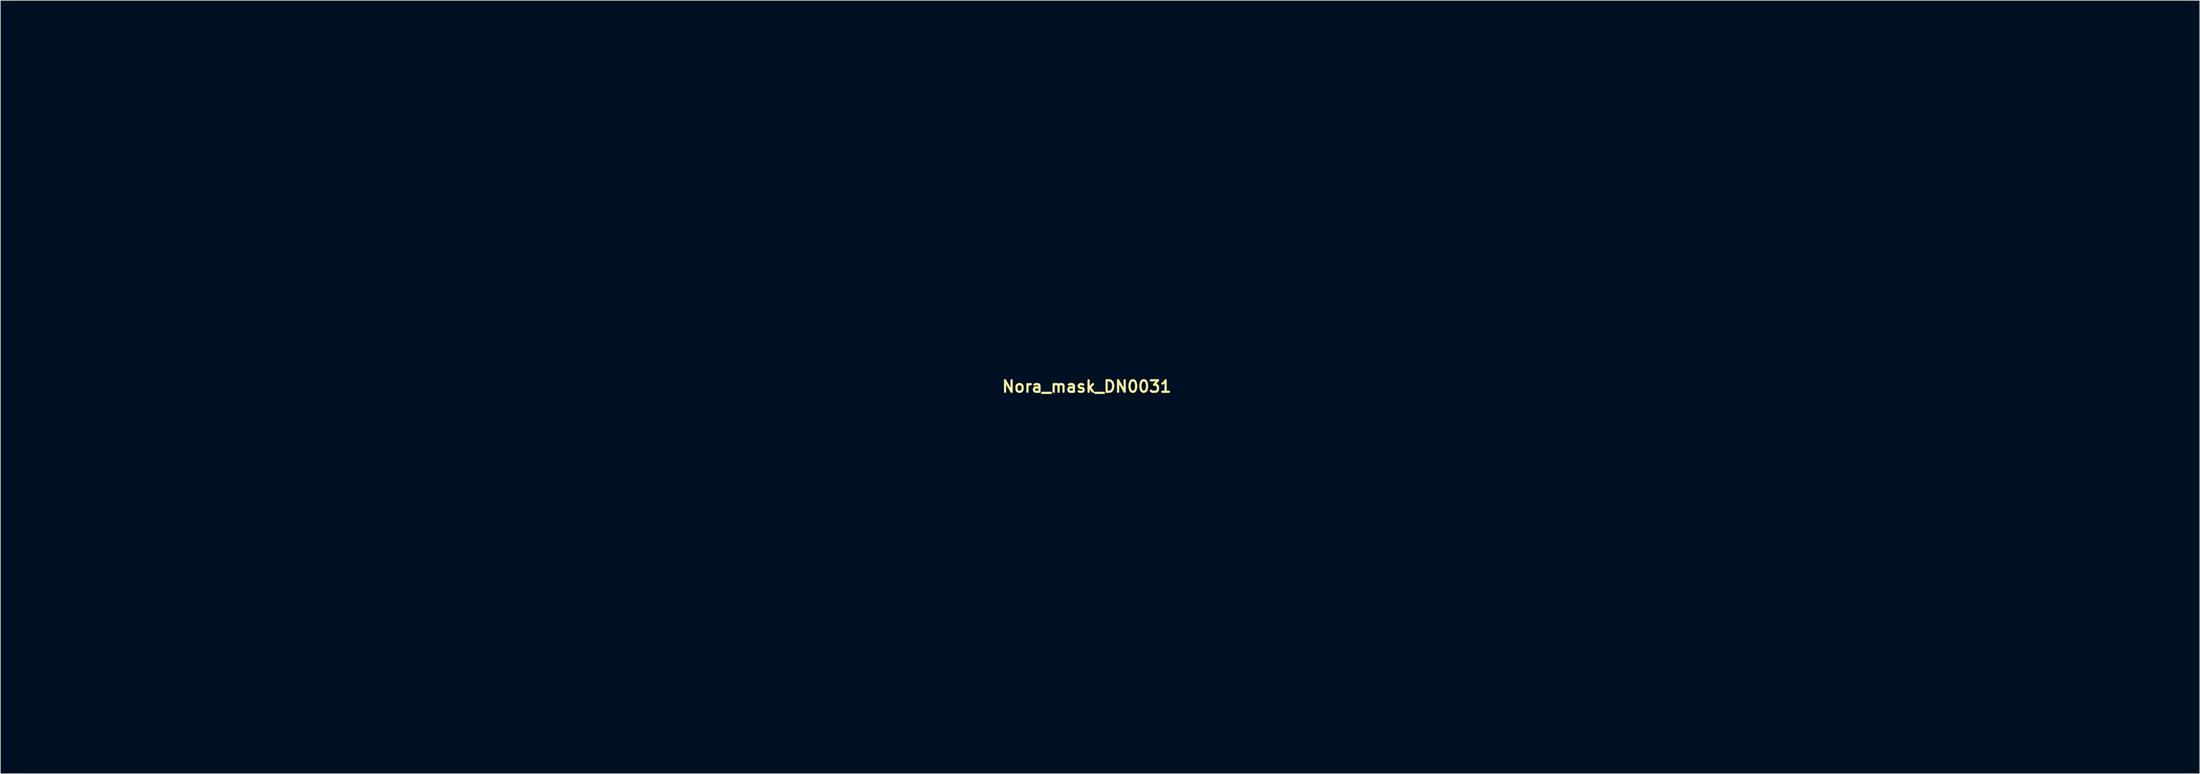
<source format=kicad_pcb>
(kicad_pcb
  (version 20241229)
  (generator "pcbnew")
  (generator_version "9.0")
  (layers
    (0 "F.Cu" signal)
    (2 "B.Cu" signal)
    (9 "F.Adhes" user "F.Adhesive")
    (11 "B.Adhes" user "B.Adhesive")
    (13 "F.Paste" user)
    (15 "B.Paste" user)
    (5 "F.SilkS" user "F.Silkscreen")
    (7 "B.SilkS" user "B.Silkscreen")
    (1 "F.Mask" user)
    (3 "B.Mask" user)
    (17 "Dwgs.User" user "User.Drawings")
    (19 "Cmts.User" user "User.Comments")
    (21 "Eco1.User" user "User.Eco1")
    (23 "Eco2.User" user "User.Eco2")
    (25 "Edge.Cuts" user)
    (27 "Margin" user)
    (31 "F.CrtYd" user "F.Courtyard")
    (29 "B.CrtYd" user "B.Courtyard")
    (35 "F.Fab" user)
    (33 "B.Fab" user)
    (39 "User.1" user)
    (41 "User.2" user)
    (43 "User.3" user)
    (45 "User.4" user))
  (footprint "Nora_mask_DN0031"
    (layer "F.Cu")
    (at 141.372 48.331)
    (property "Reference" "Nora_mask_DN0031" (at 0 0 0) (layer "F.SilkS") (effects (font (size 1.524 1.524) (thickness 0.3))))
    (attr board_only exclude_from_pos_files exclude_from_bom)
    (fp_poly (pts (xy 131.456 29.649) (xy 131.829 29.654) (xy 132.114 29.664) (xy 132.294 29.677) (xy 132.351 29.692) (xy 132.31 29.767) (xy 132.209 29.947) (xy 132.056 30.216) (xy 131.863 30.554) (xy 131.638 30.946) (xy 131.445 31.28) (xy 130.563 32.808) (xy 128.708 32.808) (xy 126.853 32.808) (xy 127.028 32.508) (xy 127.117 32.355) (xy 127.262 32.104) (xy 127.45 31.779) (xy 127.667 31.403) (xy 127.898 31.002) (xy 127.935 30.939) (xy 128.667 29.669) (xy 130.521 29.65) (xy 131.014 29.647)) (stroke (width 0) (type solid)) (fill yes) (layer "F.Mask"))
    (fp_poly (pts (xy 135.054 -45.211) (xy 135.427 -45.206) (xy 135.713 -45.197) (xy 135.893 -45.185) (xy 135.949 -45.17) (xy 135.909 -45.096) (xy 135.807 -44.916) (xy 135.655 -44.648) (xy 135.462 -44.31) (xy 135.237 -43.918) (xy 135.043 -43.582) (xy 134.161 -42.053) (xy 132.306 -42.052) (xy 130.451 -42.051) (xy 130.625 -42.351) (xy 130.714 -42.504) (xy 130.859 -42.755) (xy 131.047 -43.081) (xy 131.264 -43.456) (xy 131.496 -43.858) (xy 131.532 -43.921) (xy 132.265 -45.191) (xy 134.119 -45.21) (xy 134.612 -45.213)) (stroke (width 0) (type solid)) (fill yes) (layer "F.Mask"))
    (fp_poly (pts (xy -111.108 -45.213) (xy -110.678 -45.21) (xy -108.87 -45.191) (xy -109.768 -43.623) (xy -110.013 -43.199) (xy -110.236 -42.818) (xy -110.427 -42.497) (xy -110.576 -42.251) (xy -110.674 -42.098) (xy -110.71 -42.053) (xy -110.756 -42.111) (xy -110.862 -42.275) (xy -111.018 -42.53) (xy -111.214 -42.858) (xy -111.441 -43.244) (xy -111.652 -43.608) (xy -111.894 -44.031) (xy -112.109 -44.413) (xy -112.288 -44.737) (xy -112.422 -44.987) (xy -112.501 -45.146) (xy -112.518 -45.197) (xy -112.442 -45.205) (xy -112.244 -45.21) (xy -111.943 -45.214) (xy -111.558 -45.215)) (stroke (width 0) (type solid)) (fill yes) (layer "F.Mask"))
    (fp_poly (pts (xy -3.087 42.135) (xy -2.659 42.138) (xy -0.853 42.157) (xy -1.72 43.658) (xy -1.963 44.077) (xy -2.186 44.457) (xy -2.378 44.781) (xy -2.528 45.03) (xy -2.627 45.187) (xy -2.659 45.233) (xy -2.713 45.208) (xy -2.82 45.076) (xy -2.983 44.832) (xy -3.205 44.473) (xy -3.487 43.995) (xy -3.632 43.745) (xy -3.874 43.321) (xy -4.089 42.938) (xy -4.268 42.613) (xy -4.401 42.363) (xy -4.481 42.204) (xy -4.498 42.152) (xy -4.422 42.144) (xy -4.224 42.138) (xy -3.922 42.134) (xy -3.537 42.133)) (stroke (width 0) (type solid)) (fill yes) (layer "F.Mask"))
    (fp_poly (pts (xy -135.837 -41.999) (xy -135.727 -41.819) (xy -135.568 -41.551) (xy -135.369 -41.212) (xy -135.141 -40.819) (xy -134.946 -40.481) (xy -134.061 -38.947) (xy -135.893 -38.947) (xy -136.385 -38.948) (xy -136.826 -38.953) (xy -137.2 -38.961) (xy -137.486 -38.97) (xy -137.667 -38.982) (xy -137.724 -38.993) (xy -137.69 -39.079) (xy -137.596 -39.262) (xy -137.453 -39.52) (xy -137.273 -39.835) (xy -137.067 -40.188) (xy -136.848 -40.559) (xy -136.626 -40.929) (xy -136.414 -41.277) (xy -136.222 -41.586) (xy -136.064 -41.834) (xy -135.949 -42.003) (xy -135.89 -42.073) (xy -135.886 -42.074)) (stroke (width 0) (type solid)) (fill yes) (layer "F.Mask"))
    (fp_poly (pts (xy -14.026 -4.646) (xy -13.739 -4.643) (xy -13.557 -4.638) (xy -13.499 -4.633) (xy -13.525 -4.567) (xy -13.612 -4.4) (xy -13.747 -4.151) (xy -13.921 -3.84) (xy -14.12 -3.487) (xy -14.335 -3.111) (xy -14.554 -2.732) (xy -14.764 -2.371) (xy -14.956 -2.046) (xy -15.116 -1.778) (xy -15.235 -1.586) (xy -15.301 -1.491) (xy -15.309 -1.484) (xy -15.353 -1.543) (xy -15.456 -1.709) (xy -15.61 -1.965) (xy -15.804 -2.295) (xy -16.029 -2.682) (xy -16.242 -3.054) (xy -17.138 -4.621) (xy -15.332 -4.64) (xy -14.842 -4.644) (xy -14.4 -4.646)) (stroke (width 0) (type solid)) (fill yes) (layer "F.Mask"))
    (fp_poly (pts (xy 7.566 45.24) (xy 7.855 45.244) (xy 8.04 45.251) (xy 8.1 45.259) (xy 8.076 45.327) (xy 7.992 45.497) (xy 7.858 45.747) (xy 7.686 46.059) (xy 7.488 46.413) (xy 7.274 46.788) (xy 7.056 47.164) (xy 6.847 47.523) (xy 6.656 47.843) (xy 6.496 48.105) (xy 6.378 48.288) (xy 6.313 48.374) (xy 6.307 48.378) (xy 6.257 48.324) (xy 6.147 48.164) (xy 5.988 47.913) (xy 5.789 47.586) (xy 5.561 47.201) (xy 5.346 46.829) (xy 4.448 45.261) (xy 6.256 45.243) (xy 6.747 45.239) (xy 7.19 45.238)) (stroke (width 0) (type solid)) (fill yes) (layer "F.Mask"))
    (fp_poly (pts (xy 52.578 42.134) (xy 52.867 42.137) (xy 53.05 42.143) (xy 53.109 42.149) (xy 53.084 42.216) (xy 52.999 42.384) (xy 52.864 42.634) (xy 52.691 42.946) (xy 52.492 43.299) (xy 52.277 43.675) (xy 52.059 44.054) (xy 51.848 44.415) (xy 51.657 44.739) (xy 51.496 45.005) (xy 51.376 45.195) (xy 51.31 45.288) (xy 51.302 45.295) (xy 51.257 45.235) (xy 51.151 45.07) (xy 50.996 44.814) (xy 50.801 44.484) (xy 50.575 44.097) (xy 50.36 43.725) (xy 49.462 42.157) (xy 51.27 42.138) (xy 51.761 42.134) (xy 52.203 42.133)) (stroke (width 0) (type solid)) (fill yes) (layer "F.Mask"))
    (fp_poly (pts (xy -100.363 -45.213) (xy -99.901 -45.21) (xy -98.061 -45.191) (xy -97.185 -43.674) (xy -96.944 -43.255) (xy -96.728 -42.876) (xy -96.548 -42.554) (xy -96.411 -42.307) (xy -96.329 -42.151) (xy -96.309 -42.104) (xy -96.376 -42.09) (xy -96.566 -42.077) (xy -96.86 -42.066) (xy -97.239 -42.058) (xy -97.685 -42.053) (xy -98.129 -42.051) (xy -99.95 -42.051) (xy -100.845 -43.601) (xy -101.089 -44.024) (xy -101.307 -44.406) (xy -101.491 -44.731) (xy -101.631 -44.981) (xy -101.717 -45.139) (xy -101.741 -45.19) (xy -101.674 -45.2) (xy -101.484 -45.207) (xy -101.189 -45.212) (xy -100.81 -45.214)) (stroke (width 0) (type solid)) (fill yes) (layer "F.Mask"))
    (fp_poly (pts (xy -53.052 39.102) (xy -52.945 39.268) (xy -52.792 39.517) (xy -52.605 39.828) (xy -52.396 40.181) (xy -52.176 40.556) (xy -51.958 40.933) (xy -51.752 41.291) (xy -51.571 41.611) (xy -51.427 41.873) (xy -51.33 42.055) (xy -51.294 42.138) (xy -51.294 42.139) (xy -51.361 42.153) (xy -51.551 42.166) (xy -51.846 42.177) (xy -52.225 42.185) (xy -52.672 42.191) (xy -53.134 42.192) (xy -54.974 42.192) (xy -54.704 41.713) (xy -54.28 40.965) (xy -53.921 40.34) (xy -53.628 39.839) (xy -53.399 39.459) (xy -53.235 39.201) (xy -53.134 39.064) (xy -53.101 39.039)) (stroke (width 0) (type solid)) (fill yes) (layer "F.Mask"))
    (fp_poly (pts (xy -19.649 4.67) (xy -19.301 4.678) (xy -19.067 4.691) (xy -18.94 4.712) (xy -18.909 4.733) (xy -18.943 4.814) (xy -19.038 4.999) (xy -19.186 5.271) (xy -19.376 5.613) (xy -19.6 6.008) (xy -19.8 6.357) (xy -20.691 7.902) (xy -22.516 7.902) (xy -23.007 7.9) (xy -23.448 7.895) (xy -23.82 7.886) (xy -24.105 7.875) (xy -24.284 7.862) (xy -24.34 7.849) (xy -24.306 7.776) (xy -24.21 7.598) (xy -24.061 7.332) (xy -23.871 6.995) (xy -23.647 6.603) (xy -23.439 6.244) (xy -22.54 4.692) (xy -20.725 4.673) (xy -20.121 4.669)) (stroke (width 0) (type solid)) (fill yes) (layer "F.Mask"))
    (fp_poly (pts (xy 7.568 -4.644) (xy 7.856 -4.641) (xy 8.038 -4.635) (xy 8.095 -4.628) (xy 8.069 -4.564) (xy 7.983 -4.397) (xy 7.849 -4.148) (xy 7.678 -3.838) (xy 7.482 -3.485) (xy 7.271 -3.11) (xy 7.058 -2.734) (xy 6.854 -2.376) (xy 6.669 -2.056) (xy 6.515 -1.794) (xy 6.403 -1.611) (xy 6.347 -1.528) (xy 6.273 -1.524) (xy 6.235 -1.564) (xy 6.184 -1.649) (xy 6.073 -1.839) (xy 5.912 -2.115) (xy 5.713 -2.459) (xy 5.485 -2.852) (xy 5.318 -3.14) (xy 4.462 -4.621) (xy 6.263 -4.64) (xy 6.753 -4.644) (xy 7.194 -4.646)) (stroke (width 0) (type solid)) (fill yes) (layer "F.Mask"))
    (fp_poly (pts (xy -54.867 -45.186) (xy -54.79 -45.071) (xy -54.668 -44.87) (xy -54.495 -44.578) (xy -54.269 -44.189) (xy -53.985 -43.695) (xy -53.64 -43.09) (xy -53.283 -42.462) (xy -53.05 -42.051) (xy -54.888 -42.051) (xy -55.381 -42.053) (xy -55.824 -42.057) (xy -56.198 -42.064) (xy -56.486 -42.073) (xy -56.668 -42.083) (xy -56.727 -42.094) (xy -56.693 -42.169) (xy -56.599 -42.345) (xy -56.457 -42.6) (xy -56.278 -42.915) (xy -56.073 -43.271) (xy -55.855 -43.646) (xy -55.635 -44.023) (xy -55.424 -44.38) (xy -55.234 -44.698) (xy -55.077 -44.958) (xy -54.963 -45.139) (xy -54.905 -45.221) (xy -54.901 -45.224)) (stroke (width 0) (type solid)) (fill yes) (layer "F.Mask"))
    (fp_poly (pts (xy 90.031 -43.699) (xy 90.273 -43.277) (xy 90.492 -42.895) (xy 90.677 -42.571) (xy 90.819 -42.32) (xy 90.908 -42.161) (xy 90.934 -42.111) (xy 90.873 -42.095) (xy 90.689 -42.081) (xy 90.401 -42.068) (xy 90.026 -42.059) (xy 89.582 -42.053) (xy 89.121 -42.051) (xy 87.283 -42.051) (xy 87.005 -42.527) (xy 86.623 -43.184) (xy 86.291 -43.758) (xy 86.013 -44.245) (xy 85.792 -44.635) (xy 85.633 -44.924) (xy 85.539 -45.104) (xy 85.513 -45.167) (xy 85.581 -45.183) (xy 85.771 -45.197) (xy 86.065 -45.209) (xy 86.444 -45.218) (xy 86.89 -45.224) (xy 87.332 -45.226) (xy 89.151 -45.226)) (stroke (width 0) (type solid)) (fill yes) (layer "F.Mask"))
    (fp_poly (pts (xy -125.984 31.202) (xy -125.077 32.77) (xy -125.228 33.054) (xy -125.309 33.2) (xy -125.448 33.445) (xy -125.631 33.766) (xy -125.846 34.139) (xy -126.079 34.542) (xy -126.137 34.643) (xy -126.895 35.948) (xy -128.705 35.967) (xy -130.515 35.986) (xy -130.655 35.755) (xy -130.73 35.627) (xy -130.864 35.398) (xy -131.044 35.09) (xy -131.256 34.723) (xy -131.49 34.321) (xy -131.583 34.16) (xy -132.371 32.794) (xy -131.612 31.478) (xy -131.378 31.072) (xy -131.159 30.69) (xy -130.968 30.357) (xy -130.818 30.095) (xy -130.723 29.925) (xy -130.708 29.898) (xy -130.563 29.634) (xy -128.727 29.634) (xy -126.89 29.633)) (stroke (width 0) (type solid)) (fill yes) (layer "F.Mask"))
    (fp_poly (pts (xy -0.895 7.779) (xy 0.927 7.796) (xy 1.841 9.376) (xy 2.754 10.955) (xy 1.85 12.515) (xy 0.946 14.076) (xy -0.91 14.095) (xy -2.765 14.113) (xy -2.517 13.671) (xy -2.397 13.46) (xy -2.224 13.158) (xy -2.016 12.796) (xy -1.792 12.406) (xy -1.635 12.136) (xy -1.003 11.042) (xy -2.764 11.023) (xy -3.329 11.016) (xy -3.767 11.006) (xy -4.089 10.994) (xy -4.31 10.977) (xy -4.442 10.957) (xy -4.499 10.931) (xy -4.503 10.915) (xy -4.463 10.831) (xy -4.362 10.643) (xy -4.209 10.368) (xy -4.016 10.024) (xy -3.79 9.628) (xy -3.598 9.293) (xy -2.716 7.761)) (stroke (width 0) (type solid)) (fill yes) (layer "F.Mask"))
    (fp_poly (pts (xy 69.363 -48.244) (xy 69.47 -48.078) (xy 69.623 -47.83) (xy 69.81 -47.519) (xy 70.019 -47.167) (xy 70.239 -46.792) (xy 70.458 -46.415) (xy 70.663 -46.057) (xy 70.844 -45.737) (xy 70.988 -45.476) (xy 71.084 -45.294) (xy 71.12 -45.211) (xy 71.12 -45.21) (xy 71.053 -45.196) (xy 70.862 -45.183) (xy 70.568 -45.171) (xy 70.189 -45.163) (xy 69.742 -45.157) (xy 69.281 -45.156) (xy 67.443 -45.156) (xy 67.676 -45.567) (xy 68.065 -46.25) (xy 68.39 -46.818) (xy 68.657 -47.281) (xy 68.871 -47.645) (xy 69.036 -47.921) (xy 69.158 -48.116) (xy 69.243 -48.239) (xy 69.295 -48.298) (xy 69.314 -48.307)) (stroke (width 0) (type solid)) (fill yes) (layer "F.Mask"))
    (fp_poly (pts (xy -67.477 45.286) (xy -67.377 45.446) (xy -67.229 45.689) (xy -67.046 45.996) (xy -66.839 46.346) (xy -66.62 46.72) (xy -66.4 47.098) (xy -66.19 47.46) (xy -66.003 47.787) (xy -65.85 48.059) (xy -65.741 48.255) (xy -65.69 48.358) (xy -65.687 48.366) (xy -65.755 48.376) (xy -65.945 48.384) (xy -66.239 48.391) (xy -66.619 48.397) (xy -67.066 48.4) (xy -67.526 48.401) (xy -69.364 48.401) (xy -69.131 47.991) (xy -68.751 47.325) (xy -68.435 46.772) (xy -68.177 46.322) (xy -67.972 45.965) (xy -67.813 45.692) (xy -67.695 45.492) (xy -67.612 45.355) (xy -67.559 45.273) (xy -67.529 45.235) (xy -67.52 45.228)) (stroke (width 0) (type solid)) (fill yes) (layer "F.Mask"))
    (fp_poly (pts (xy 7.199 37.37) (xy 7.441 37.794) (xy 7.66 38.181) (xy 7.846 38.512) (xy 7.987 38.77) (xy 8.076 38.937) (xy 8.101 38.993) (xy 8.086 39.023) (xy 8.013 39.046) (xy 7.871 39.063) (xy 7.643 39.075) (xy 7.316 39.082) (xy 6.877 39.086) (xy 6.311 39.087) (xy 6.302 39.087) (xy 4.48 39.087) (xy 3.598 37.559) (xy 3.355 37.135) (xy 3.136 36.749) (xy 2.95 36.418) (xy 2.808 36.16) (xy 2.719 35.992) (xy 2.694 35.936) (xy 2.71 35.907) (xy 2.784 35.884) (xy 2.93 35.867) (xy 3.162 35.855) (xy 3.493 35.847) (xy 3.938 35.843) (xy 4.495 35.842) (xy 6.319 35.842)) (stroke (width 0) (type solid)) (fill yes) (layer "F.Mask"))
    (fp_poly (pts (xy 40.344 -41.712) (xy 40.233 -41.517) (xy 40.069 -41.228) (xy 39.866 -40.874) (xy 39.643 -40.482) (xy 39.441 -40.127) (xy 39.23 -39.762) (xy 39.041 -39.442) (xy 38.885 -39.188) (xy 38.775 -39.017) (xy 38.721 -38.949) (xy 38.72 -38.949) (xy 38.666 -39.005) (xy 38.559 -39.159) (xy 38.415 -39.385) (xy 38.287 -39.599) (xy 37.907 -40.251) (xy 37.595 -40.789) (xy 37.346 -41.221) (xy 37.157 -41.555) (xy 37.023 -41.797) (xy 36.94 -41.957) (xy 36.903 -42.041) (xy 36.901 -42.055) (xy 36.969 -42.075) (xy 37.167 -42.092) (xy 37.483 -42.106) (xy 37.906 -42.116) (xy 38.423 -42.121) (xy 38.739 -42.122) (xy 40.578 -42.122)) (stroke (width 0) (type solid)) (fill yes) (layer "F.Mask"))
    (fp_poly (pts (xy -101.252 45.228) (xy -100.81 45.235) (xy -100.435 45.244) (xy -100.148 45.257) (xy -99.965 45.271) (xy -99.907 45.286) (xy -99.941 45.367) (xy -100.036 45.547) (xy -100.179 45.806) (xy -100.359 46.125) (xy -100.565 46.482) (xy -100.783 46.858) (xy -101.004 47.233) (xy -101.214 47.586) (xy -101.401 47.897) (xy -101.555 48.146) (xy -101.664 48.313) (xy -101.714 48.378) (xy -101.715 48.378) (xy -101.767 48.325) (xy -101.876 48.168) (xy -102.031 47.924) (xy -102.219 47.613) (xy -102.429 47.252) (xy -102.447 47.221) (xy -102.675 46.82) (xy -102.897 46.432) (xy -103.095 46.083) (xy -103.255 45.803) (xy -103.35 45.636) (xy -103.584 45.226) (xy -101.745 45.226)) (stroke (width 0) (type solid)) (fill yes) (layer "F.Mask"))
    (fp_poly (pts (xy 121.983 45.228) (xy 122.426 45.234) (xy 122.801 45.243) (xy 123.089 45.254) (xy 123.272 45.267) (xy 123.331 45.281) (xy 123.297 45.36) (xy 123.202 45.539) (xy 123.059 45.798) (xy 122.879 46.116) (xy 122.674 46.473) (xy 122.455 46.849) (xy 122.235 47.224) (xy 122.025 47.578) (xy 121.837 47.891) (xy 121.682 48.142) (xy 121.573 48.311) (xy 121.522 48.379) (xy 121.521 48.38) (xy 121.469 48.327) (xy 121.36 48.17) (xy 121.206 47.926) (xy 121.018 47.615) (xy 120.808 47.255) (xy 120.791 47.226) (xy 120.562 46.826) (xy 120.34 46.437) (xy 120.141 46.088) (xy 119.98 45.807) (xy 119.885 45.64) (xy 119.649 45.226) (xy 121.49 45.226)) (stroke (width 0) (type solid)) (fill yes) (layer "F.Mask"))
    (fp_poly (pts (xy -80.973 -46.78) (xy -80.73 -46.357) (xy -80.513 -45.975) (xy -80.329 -45.651) (xy -80.19 -45.401) (xy -80.104 -45.243) (xy -80.081 -45.193) (xy -80.149 -45.186) (xy -80.345 -45.179) (xy -80.656 -45.173) (xy -81.069 -45.167) (xy -81.57 -45.163) (xy -82.147 -45.159) (xy -82.785 -45.157) (xy -83.473 -45.156) (xy -83.714 -45.156) (xy -84.415 -45.156) (xy -85.072 -45.158) (xy -85.671 -45.161) (xy -86.199 -45.166) (xy -86.643 -45.171) (xy -86.99 -45.177) (xy -87.227 -45.183) (xy -87.34 -45.19) (xy -87.348 -45.193) (xy -87.314 -45.262) (xy -87.219 -45.436) (xy -87.071 -45.698) (xy -86.881 -46.033) (xy -86.658 -46.422) (xy -86.452 -46.78) (xy -85.556 -48.331) (xy -81.866 -48.331)) (stroke (width 0) (type solid)) (fill yes) (layer "F.Mask"))
    (fp_poly (pts (xy 112.572 45.311) (xy 112.631 45.398) (xy 112.748 45.588) (xy 112.91 45.861) (xy 113.107 46.197) (xy 113.326 46.577) (xy 113.381 46.672) (xy 113.608 47.07) (xy 113.821 47.441) (xy 114.005 47.76) (xy 114.147 48.006) (xy 114.235 48.157) (xy 114.244 48.172) (xy 114.382 48.401) (xy 112.542 48.401) (xy 112.049 48.4) (xy 111.606 48.396) (xy 111.231 48.39) (xy 110.943 48.382) (xy 110.761 48.372) (xy 110.702 48.363) (xy 110.735 48.294) (xy 110.83 48.119) (xy 110.977 47.856) (xy 111.167 47.521) (xy 111.389 47.131) (xy 111.595 46.772) (xy 111.88 46.281) (xy 112.105 45.902) (xy 112.277 45.626) (xy 112.403 45.441) (xy 112.491 45.336) (xy 112.548 45.301)) (stroke (width 0) (type solid)) (fill yes) (layer "F.Mask"))
    (fp_poly (pts (xy -133.187 43.672) (xy -132.944 44.095) (xy -132.725 44.477) (xy -132.542 44.801) (xy -132.402 45.051) (xy -132.316 45.209) (xy -132.292 45.259) (xy -132.359 45.269) (xy -132.549 45.278) (xy -132.843 45.286) (xy -133.223 45.292) (xy -133.669 45.296) (xy -134.123 45.297) (xy -135.954 45.297) (xy -136.23 44.82) (xy -136.596 44.188) (xy -136.897 43.666) (xy -137.139 43.245) (xy -137.328 42.914) (xy -137.471 42.662) (xy -137.573 42.479) (xy -137.641 42.353) (xy -137.68 42.275) (xy -137.693 42.245) (xy -137.699 42.208) (xy -137.676 42.179) (xy -137.609 42.157) (xy -137.481 42.142) (xy -137.278 42.131) (xy -136.983 42.125) (xy -136.582 42.123) (xy -136.059 42.122) (xy -135.911 42.122) (xy -134.083 42.122)) (stroke (width 0) (type solid)) (fill yes) (layer "F.Mask"))
    (fp_poly (pts (xy -78.373 45.465) (xy -78.451 45.599) (xy -78.586 45.832) (xy -78.765 46.142) (xy -78.974 46.506) (xy -79.2 46.9) (xy -79.237 46.964) (xy -79.459 47.35) (xy -79.663 47.698) (xy -79.836 47.987) (xy -79.965 48.199) (xy -80.04 48.311) (xy -80.048 48.321) (xy -80.099 48.345) (xy -80.167 48.302) (xy -80.265 48.177) (xy -80.406 47.953) (xy -80.522 47.757) (xy -80.887 47.13) (xy -81.186 46.614) (xy -81.425 46.201) (xy -81.609 45.878) (xy -81.745 45.637) (xy -81.837 45.468) (xy -81.891 45.359) (xy -81.914 45.302) (xy -81.915 45.292) (xy -81.847 45.272) (xy -81.65 45.256) (xy -81.339 45.242) (xy -80.925 45.232) (xy -80.423 45.227) (xy -80.074 45.226) (xy -78.232 45.226)) (stroke (width 0) (type solid)) (fill yes) (layer "F.Mask"))
    (fp_poly (pts (xy -40.002 -42.119) (xy -39.561 -42.113) (xy -39.191 -42.103) (xy -38.908 -42.091) (xy -38.73 -42.076) (xy -38.676 -42.06) (xy -38.727 -41.959) (xy -38.835 -41.762) (xy -38.989 -41.491) (xy -39.176 -41.165) (xy -39.386 -40.804) (xy -39.607 -40.427) (xy -39.826 -40.054) (xy -40.034 -39.705) (xy -40.217 -39.4) (xy -40.364 -39.159) (xy -40.464 -39.001) (xy -40.505 -38.947) (xy -40.551 -39.005) (xy -40.658 -39.17) (xy -40.814 -39.425) (xy -41.011 -39.753) (xy -41.238 -40.139) (xy -41.442 -40.491) (xy -41.685 -40.914) (xy -41.903 -41.296) (xy -42.086 -41.62) (xy -42.225 -41.87) (xy -42.31 -42.029) (xy -42.333 -42.079) (xy -42.266 -42.09) (xy -42.076 -42.101) (xy -41.782 -42.109) (xy -41.402 -42.116) (xy -40.955 -42.12) (xy -40.493 -42.122)) (stroke (width 0) (type solid)) (fill yes) (layer "F.Mask"))
    (fp_poly (pts (xy 12.21 -26.527) (xy 12.65 -26.52) (xy 13.02 -26.511) (xy 13.304 -26.498) (xy 13.481 -26.483) (xy 13.535 -26.468) (xy 13.483 -26.364) (xy 13.375 -26.166) (xy 13.22 -25.894) (xy 13.032 -25.567) (xy 12.822 -25.205) (xy 12.601 -24.828) (xy 12.381 -24.456) (xy 12.174 -24.107) (xy 11.991 -23.803) (xy 11.843 -23.563) (xy 11.744 -23.407) (xy 11.704 -23.354) (xy 11.657 -23.412) (xy 11.55 -23.577) (xy 11.393 -23.832) (xy 11.196 -24.16) (xy 10.969 -24.546) (xy 10.766 -24.895) (xy 10.524 -25.317) (xy 10.306 -25.699) (xy 10.124 -26.023) (xy 9.985 -26.273) (xy 9.901 -26.432) (xy 9.878 -26.482) (xy 9.945 -26.495) (xy 10.135 -26.506) (xy 10.43 -26.516) (xy 10.809 -26.523) (xy 11.256 -26.527) (xy 11.718 -26.529)) (stroke (width 0) (type solid)) (fill yes) (layer "F.Mask"))
    (fp_poly (pts (xy 138.217 42.124) (xy 138.658 42.13) (xy 139.029 42.139) (xy 139.314 42.15) (xy 139.492 42.164) (xy 139.547 42.179) (xy 139.496 42.278) (xy 139.388 42.472) (xy 139.235 42.742) (xy 139.048 43.067) (xy 138.838 43.428) (xy 138.618 43.805) (xy 138.399 44.178) (xy 138.192 44.528) (xy 138.01 44.834) (xy 137.863 45.077) (xy 137.763 45.238) (xy 137.722 45.296) (xy 137.678 45.238) (xy 137.574 45.073) (xy 137.419 44.819) (xy 137.225 44.491) (xy 137 44.107) (xy 136.805 43.77) (xy 136.562 43.349) (xy 136.344 42.967) (xy 136.158 42.642) (xy 136.017 42.392) (xy 135.928 42.232) (xy 135.902 42.183) (xy 135.963 42.167) (xy 136.147 42.152) (xy 136.435 42.139) (xy 136.811 42.13) (xy 137.255 42.124) (xy 137.724 42.122)) (stroke (width 0) (type solid)) (fill yes) (layer "F.Mask"))
    (fp_poly (pts (xy 140.089 -10.933) (xy 140.57 -10.925) (xy 140.94 -10.913) (xy 141.191 -10.897) (xy 141.312 -10.876) (xy 141.323 -10.867) (xy 141.289 -10.795) (xy 141.192 -10.614) (xy 141.04 -10.341) (xy 140.842 -9.988) (xy 140.606 -9.57) (xy 140.34 -9.101) (xy 140.052 -8.596) (xy 139.75 -8.069) (xy 139.443 -7.534) (xy 139.138 -7.005) (xy 138.845 -6.497) (xy 138.57 -6.023) (xy 138.323 -5.599) (xy 138.111 -5.238) (xy 137.943 -4.955) (xy 137.826 -4.763) (xy 137.77 -4.678) (xy 137.769 -4.677) (xy 137.701 -4.651) (xy 137.619 -4.73) (xy 137.544 -4.853) (xy 137.466 -4.992) (xy 137.33 -5.231) (xy 137.149 -5.547) (xy 136.936 -5.918) (xy 136.704 -6.32) (xy 136.636 -6.439) (xy 135.873 -7.762) (xy 137.689 -10.934) (xy 139.506 -10.935)) (stroke (width 0) (type solid)) (fill yes) (layer "F.Mask"))
    (fp_poly (pts (xy -139.47 -4.548) (xy -139.358 -4.384) (xy -139.196 -4.129) (xy -138.995 -3.801) (xy -138.765 -3.415) (xy -138.559 -3.062) (xy -137.664 -1.517) (xy -137.792 -1.305) (xy -137.865 -1.182) (xy -137.996 -0.957) (xy -138.173 -0.654) (xy -138.381 -0.294) (xy -138.61 0.101) (xy -138.673 0.212) (xy -138.899 0.601) (xy -139.103 0.95) (xy -139.275 1.239) (xy -139.403 1.45) (xy -139.475 1.564) (xy -139.485 1.577) (xy -139.545 1.549) (xy -139.652 1.422) (xy -139.785 1.221) (xy -139.825 1.153) (xy -139.957 0.927) (xy -140.139 0.611) (xy -140.355 0.238) (xy -140.585 -0.16) (xy -140.739 -0.427) (xy -141.372 -1.525) (xy -140.483 -3.065) (xy -140.238 -3.486) (xy -140.013 -3.863) (xy -139.818 -4.179) (xy -139.665 -4.419) (xy -139.562 -4.567) (xy -139.523 -4.607)) (stroke (width 0) (type solid)) (fill yes) (layer "F.Mask"))
    (fp_poly (pts (xy -126.442 -42.12) (xy -125.999 -42.115) (xy -125.625 -42.108) (xy -125.337 -42.098) (xy -125.154 -42.087) (xy -125.095 -42.075) (xy -125.129 -41.998) (xy -125.223 -41.822) (xy -125.365 -41.566) (xy -125.544 -41.25) (xy -125.748 -40.894) (xy -125.966 -40.518) (xy -126.186 -40.142) (xy -126.397 -39.785) (xy -126.587 -39.467) (xy -126.744 -39.209) (xy -126.857 -39.03) (xy -126.914 -38.949) (xy -126.918 -38.947) (xy -126.965 -39.006) (xy -127.071 -39.17) (xy -127.228 -39.425) (xy -127.424 -39.752) (xy -127.651 -40.136) (xy -127.847 -40.473) (xy -128.09 -40.894) (xy -128.309 -41.276) (xy -128.495 -41.6) (xy -128.637 -41.851) (xy -128.726 -42.01) (xy -128.752 -42.06) (xy -128.691 -42.077) (xy -128.507 -42.092) (xy -128.217 -42.104) (xy -127.839 -42.114) (xy -127.392 -42.12) (xy -126.935 -42.122)) (stroke (width 0) (type solid)) (fill yes) (layer "F.Mask"))
    (fp_poly (pts (xy -126.442 45.228) (xy -125.999 45.232) (xy -125.625 45.239) (xy -125.337 45.249) (xy -125.154 45.259) (xy -125.095 45.271) (xy -125.129 45.347) (xy -125.223 45.523) (xy -125.365 45.779) (xy -125.544 46.094) (xy -125.748 46.45) (xy -125.966 46.826) (xy -126.186 47.203) (xy -126.397 47.56) (xy -126.587 47.878) (xy -126.744 48.137) (xy -126.857 48.317) (xy -126.915 48.398) (xy -126.919 48.401) (xy -126.965 48.342) (xy -127.071 48.177) (xy -127.228 47.923) (xy -127.424 47.595) (xy -127.65 47.211) (xy -127.847 46.873) (xy -128.09 46.451) (xy -128.309 46.07) (xy -128.494 45.745) (xy -128.637 45.494) (xy -128.726 45.335) (xy -128.752 45.286) (xy -128.691 45.27) (xy -128.507 45.255) (xy -128.219 45.243) (xy -127.843 45.234) (xy -127.4 45.228) (xy -126.935 45.226)) (stroke (width 0) (type solid)) (fill yes) (layer "F.Mask"))
    (fp_poly (pts (xy -15.309 -38.921) (xy -15.23 -38.839) (xy -15.11 -38.671) (xy -14.943 -38.408) (xy -14.723 -38.04) (xy -14.443 -37.559) (xy -14.376 -37.442) (xy -14.132 -37.015) (xy -13.913 -36.629) (xy -13.729 -36.299) (xy -13.589 -36.044) (xy -13.502 -35.879) (xy -13.476 -35.823) (xy -13.544 -35.809) (xy -13.734 -35.797) (xy -14.028 -35.786) (xy -14.407 -35.778) (xy -14.854 -35.773) (xy -15.311 -35.772) (xy -15.803 -35.773) (xy -16.245 -35.777) (xy -16.619 -35.784) (xy -16.906 -35.792) (xy -17.087 -35.801) (xy -17.145 -35.811) (xy -17.111 -35.883) (xy -17.018 -36.057) (xy -16.876 -36.312) (xy -16.698 -36.628) (xy -16.494 -36.985) (xy -16.278 -37.362) (xy -16.06 -37.74) (xy -15.852 -38.098) (xy -15.665 -38.416) (xy -15.512 -38.673) (xy -15.404 -38.85) (xy -15.353 -38.926)) (stroke (width 0) (type solid)) (fill yes) (layer "F.Mask"))
    (fp_poly (pts (xy -2.664 -35.766) (xy -2.559 -35.61) (xy -2.408 -35.37) (xy -2.221 -35.067) (xy -2.01 -34.72) (xy -1.787 -34.349) (xy -1.564 -33.973) (xy -1.352 -33.612) (xy -1.163 -33.286) (xy -1.009 -33.013) (xy -0.902 -32.814) (xy -0.858 -32.724) (xy -0.919 -32.709) (xy -1.103 -32.695) (xy -1.392 -32.684) (xy -1.767 -32.675) (xy -2.211 -32.669) (xy -2.675 -32.667) (xy -3.168 -32.669) (xy -3.611 -32.675) (xy -3.986 -32.684) (xy -4.274 -32.695) (xy -4.457 -32.708) (xy -4.516 -32.722) (xy -4.481 -32.802) (xy -4.387 -32.982) (xy -4.244 -33.241) (xy -4.064 -33.56) (xy -3.859 -33.917) (xy -3.64 -34.294) (xy -3.421 -34.669) (xy -3.211 -35.023) (xy -3.023 -35.335) (xy -2.869 -35.586) (xy -2.761 -35.754) (xy -2.71 -35.82) (xy -2.709 -35.82)) (stroke (width 0) (type solid)) (fill yes) (layer "F.Mask"))
    (fp_poly (pts (xy 22.999 4.658) (xy 23.442 4.662) (xy 23.815 4.668) (xy 24.102 4.676) (xy 24.284 4.685) (xy 24.342 4.695) (xy 24.308 4.772) (xy 24.213 4.949) (xy 24.071 5.205) (xy 23.891 5.522) (xy 23.685 5.878) (xy 23.466 6.254) (xy 23.244 6.631) (xy 23.032 6.988) (xy 22.841 7.307) (xy 22.682 7.566) (xy 22.567 7.747) (xy 22.508 7.829) (xy 22.504 7.832) (xy 22.455 7.773) (xy 22.347 7.608) (xy 22.189 7.353) (xy 21.991 7.025) (xy 21.764 6.64) (xy 21.561 6.291) (xy 21.319 5.868) (xy 21.101 5.487) (xy 20.919 5.162) (xy 20.78 4.912) (xy 20.696 4.753) (xy 20.673 4.703) (xy 20.74 4.691) (xy 20.93 4.679) (xy 21.224 4.67) (xy 21.604 4.663) (xy 22.051 4.658) (xy 22.507 4.657)) (stroke (width 0) (type solid)) (fill yes) (layer "F.Mask"))
    (fp_poly (pts (xy 33.794 -45.224) (xy 34.236 -45.218) (xy 34.607 -45.208) (xy 34.891 -45.195) (xy 35.07 -45.181) (xy 35.125 -45.165) (xy 35.077 -45.069) (xy 34.971 -44.878) (xy 34.819 -44.611) (xy 34.634 -44.287) (xy 34.425 -43.927) (xy 34.206 -43.551) (xy 33.987 -43.177) (xy 33.78 -42.827) (xy 33.597 -42.519) (xy 33.449 -42.274) (xy 33.348 -42.112) (xy 33.305 -42.051) (xy 33.305 -42.051) (xy 33.261 -42.11) (xy 33.156 -42.275) (xy 33.002 -42.529) (xy 32.807 -42.857) (xy 32.581 -43.241) (xy 32.385 -43.579) (xy 32.142 -44.001) (xy 31.923 -44.383) (xy 31.737 -44.707) (xy 31.595 -44.958) (xy 31.506 -45.117) (xy 31.48 -45.167) (xy 31.541 -45.183) (xy 31.725 -45.197) (xy 32.013 -45.209) (xy 32.389 -45.218) (xy 32.833 -45.224) (xy 33.302 -45.226)) (stroke (width 0) (type solid)) (fill yes) (layer "F.Mask"))
    (fp_poly (pts (xy 35.578 -35.911) (xy 36.018 -35.907) (xy 36.391 -35.901) (xy 36.678 -35.892) (xy 36.86 -35.883) (xy 36.916 -35.874) (xy 36.891 -35.807) (xy 36.806 -35.639) (xy 36.673 -35.389) (xy 36.502 -35.076) (xy 36.306 -34.721) (xy 36.094 -34.343) (xy 35.879 -33.962) (xy 35.671 -33.599) (xy 35.482 -33.273) (xy 35.322 -33.004) (xy 35.204 -32.812) (xy 35.138 -32.716) (xy 35.138 -32.716) (xy 35.09 -32.758) (xy 34.983 -32.908) (xy 34.826 -33.15) (xy 34.629 -33.468) (xy 34.403 -33.846) (xy 34.194 -34.206) (xy 33.95 -34.631) (xy 33.733 -35.018) (xy 33.549 -35.349) (xy 33.41 -35.607) (xy 33.325 -35.775) (xy 33.302 -35.833) (xy 33.349 -35.86) (xy 33.497 -35.881) (xy 33.753 -35.896) (xy 34.127 -35.906) (xy 34.627 -35.912) (xy 35.09 -35.913)) (stroke (width 0) (type solid)) (fill yes) (layer "F.Mask"))
    (fp_poly (pts (xy -110.682 32.8) (xy -110.619 32.889) (xy -110.502 33.076) (xy -110.344 33.341) (xy -110.155 33.665) (xy -109.947 34.026) (xy -109.732 34.406) (xy -109.52 34.783) (xy -109.324 35.137) (xy -109.153 35.45) (xy -109.021 35.699) (xy -108.938 35.866) (xy -108.914 35.93) (xy -108.99 35.945) (xy -109.189 35.958) (xy -109.49 35.968) (xy -109.875 35.977) (xy -110.324 35.982) (xy -110.746 35.983) (xy -111.31 35.982) (xy -111.748 35.978) (xy -112.072 35.97) (xy -112.298 35.958) (xy -112.439 35.941) (xy -112.509 35.918) (xy -112.524 35.889) (xy -112.476 35.777) (xy -112.371 35.574) (xy -112.22 35.3) (xy -112.034 34.973) (xy -111.825 34.613) (xy -111.604 34.239) (xy -111.383 33.871) (xy -111.173 33.529) (xy -110.987 33.231) (xy -110.835 32.997) (xy -110.73 32.847) (xy -110.682 32.799)) (stroke (width 0) (type solid)) (fill yes) (layer "F.Mask"))
    (fp_poly (pts (xy -98.108 35.938) (xy -98.054 36.002) (xy -97.943 36.17) (xy -97.786 36.419) (xy -97.597 36.731) (xy -97.386 37.084) (xy -97.165 37.458) (xy -96.947 37.832) (xy -96.744 38.187) (xy -96.567 38.502) (xy -96.428 38.757) (xy -96.339 38.93) (xy -96.313 39) (xy -96.342 39.028) (xy -96.443 39.05) (xy -96.626 39.066) (xy -96.907 39.077) (xy -97.296 39.084) (xy -97.807 39.087) (xy -98.108 39.088) (xy -98.711 39.086) (xy -99.182 39.079) (xy -99.528 39.068) (xy -99.758 39.051) (xy -99.881 39.029) (xy -99.907 39.008) (xy -99.873 38.917) (xy -99.779 38.73) (xy -99.637 38.466) (xy -99.458 38.146) (xy -99.254 37.789) (xy -99.037 37.415) (xy -98.818 37.044) (xy -98.609 36.697) (xy -98.422 36.393) (xy -98.268 36.151) (xy -98.16 35.993) (xy -98.108 35.938)) (stroke (width 0) (type solid)) (fill yes) (layer "F.Mask"))
    (fp_poly (pts (xy -90.375 -42.119) (xy -89.916 -42.112) (xy -89.547 -42.101) (xy -89.283 -42.086) (xy -89.137 -42.068) (xy -89.112 -42.056) (xy -89.145 -41.978) (xy -89.239 -41.799) (xy -89.38 -41.54) (xy -89.558 -41.221) (xy -89.759 -40.864) (xy -89.973 -40.489) (xy -90.188 -40.116) (xy -90.391 -39.768) (xy -90.57 -39.463) (xy -90.715 -39.223) (xy -90.812 -39.07) (xy -90.844 -39.027) (xy -90.92 -38.977) (xy -90.995 -39.035) (xy -91.038 -39.097) (xy -91.16 -39.297) (xy -91.323 -39.572) (xy -91.515 -39.902) (xy -91.725 -40.266) (xy -91.941 -40.643) (xy -92.151 -41.014) (xy -92.343 -41.357) (xy -92.506 -41.652) (xy -92.628 -41.879) (xy -92.698 -42.016) (xy -92.71 -42.047) (xy -92.647 -42.073) (xy -92.455 -42.093) (xy -92.133 -42.108) (xy -91.676 -42.118) (xy -91.081 -42.122) (xy -90.911 -42.122)) (stroke (width 0) (type solid)) (fill yes) (layer "F.Mask"))
    (fp_poly (pts (xy -11.691 -26.417) (xy -11.584 -26.273) (xy -11.432 -26.043) (xy -11.247 -25.748) (xy -11.039 -25.407) (xy -10.821 -25.039) (xy -10.603 -24.664) (xy -10.396 -24.302) (xy -10.213 -23.971) (xy -10.065 -23.692) (xy -9.962 -23.483) (xy -9.917 -23.364) (xy -9.918 -23.347) (xy -9.996 -23.329) (xy -10.192 -23.314) (xy -10.483 -23.302) (xy -10.845 -23.293) (xy -11.254 -23.287) (xy -11.688 -23.285) (xy -12.123 -23.285) (xy -12.536 -23.289) (xy -12.904 -23.296) (xy -13.202 -23.306) (xy -13.409 -23.319) (xy -13.5 -23.336) (xy -13.502 -23.338) (xy -13.476 -23.409) (xy -13.39 -23.581) (xy -13.256 -23.834) (xy -13.085 -24.149) (xy -12.887 -24.506) (xy -12.676 -24.883) (xy -12.461 -25.261) (xy -12.254 -25.62) (xy -12.067 -25.94) (xy -11.911 -26.2) (xy -11.798 -26.38) (xy -11.741 -26.458)) (stroke (width 0) (type solid)) (fill yes) (layer "F.Mask"))
    (fp_poly (pts (xy -8.112 4.752) (xy -8.032 4.834) (xy -7.911 5.003) (xy -7.742 5.268) (xy -7.52 5.638) (xy -7.237 6.122) (xy -7.197 6.192) (xy -6.953 6.615) (xy -6.734 7.001) (xy -6.549 7.332) (xy -6.406 7.589) (xy -6.318 7.756) (xy -6.292 7.812) (xy -6.311 7.84) (xy -6.394 7.862) (xy -6.554 7.879) (xy -6.805 7.89) (xy -7.159 7.898) (xy -7.63 7.901) (xy -8.109 7.902) (xy -8.602 7.901) (xy -9.045 7.897) (xy -9.419 7.891) (xy -9.707 7.883) (xy -9.889 7.873) (xy -9.948 7.864) (xy -9.915 7.792) (xy -9.821 7.619) (xy -9.679 7.364) (xy -9.501 7.048) (xy -9.298 6.692) (xy -9.082 6.314) (xy -8.863 5.937) (xy -8.655 5.579) (xy -8.469 5.26) (xy -8.315 5.002) (xy -8.207 4.824) (xy -8.156 4.748)) (stroke (width 0) (type solid)) (fill yes) (layer "F.Mask"))
    (fp_poly (pts (xy -8.059 -20.191) (xy -7.956 -20.031) (xy -7.807 -19.788) (xy -7.623 -19.482) (xy -7.415 -19.133) (xy -7.197 -18.761) (xy -6.979 -18.387) (xy -6.772 -18.03) (xy -6.59 -17.71) (xy -6.443 -17.447) (xy -6.343 -17.261) (xy -6.305 -17.182) (xy -6.307 -17.149) (xy -6.349 -17.124) (xy -6.446 -17.105) (xy -6.614 -17.091) (xy -6.868 -17.082) (xy -7.221 -17.077) (xy -7.691 -17.075) (xy -8.112 -17.074) (xy -8.605 -17.077) (xy -9.046 -17.083) (xy -9.418 -17.092) (xy -9.702 -17.105) (xy -9.881 -17.119) (xy -9.937 -17.134) (xy -9.884 -17.239) (xy -9.775 -17.438) (xy -9.62 -17.711) (xy -9.432 -18.038) (xy -9.221 -18.401) (xy -9 -18.778) (xy -8.78 -19.15) (xy -8.572 -19.498) (xy -8.39 -19.802) (xy -8.243 -20.041) (xy -8.143 -20.197) (xy -8.104 -20.249)) (stroke (width 0) (type solid)) (fill yes) (layer "F.Mask"))
    (fp_poly (pts (xy 106.079 35.844) (xy 106.456 35.849) (xy 106.769 35.859) (xy 106.995 35.872) (xy 107.113 35.889) (xy 107.124 35.895) (xy 107.096 35.964) (xy 107.009 36.134) (xy 106.873 36.387) (xy 106.699 36.701) (xy 106.5 37.057) (xy 106.287 37.435) (xy 106.07 37.815) (xy 105.862 38.177) (xy 105.673 38.501) (xy 105.515 38.766) (xy 105.4 38.954) (xy 105.337 39.043) (xy 105.336 39.045) (xy 105.292 38.997) (xy 105.188 38.842) (xy 105.033 38.596) (xy 104.838 38.275) (xy 104.612 37.895) (xy 104.401 37.533) (xy 104.157 37.108) (xy 103.938 36.722) (xy 103.754 36.392) (xy 103.615 36.135) (xy 103.529 35.969) (xy 103.505 35.912) (xy 103.572 35.893) (xy 103.757 35.877) (xy 104.038 35.864) (xy 104.391 35.854) (xy 104.795 35.846) (xy 105.226 35.842) (xy 105.661 35.841)) (stroke (width 0) (type solid)) (fill yes) (layer "F.Mask"))
    (fp_poly (pts (xy 143.751 32.741) (xy 144.247 32.749) (xy 144.609 32.763) (xy 144.834 32.782) (xy 144.92 32.807) (xy 144.921 32.81) (xy 144.887 32.89) (xy 144.794 33.07) (xy 144.652 33.33) (xy 144.475 33.649) (xy 144.273 34.006) (xy 144.059 34.381) (xy 143.845 34.752) (xy 143.643 35.1) (xy 143.464 35.402) (xy 143.32 35.639) (xy 143.224 35.789) (xy 143.195 35.828) (xy 143.109 35.884) (xy 143.037 35.828) (xy 142.969 35.725) (xy 142.848 35.525) (xy 142.685 35.251) (xy 142.494 34.922) (xy 142.286 34.559) (xy 142.072 34.183) (xy 141.864 33.816) (xy 141.674 33.476) (xy 141.514 33.186) (xy 141.396 32.966) (xy 141.331 32.837) (xy 141.323 32.813) (xy 141.387 32.786) (xy 141.582 32.766) (xy 141.909 32.751) (xy 142.372 32.742) (xy 142.973 32.738) (xy 143.122 32.738)) (stroke (width 0) (type solid)) (fill yes) (layer "F.Mask"))
    (fp_poly (pts (xy 13.524 4.746) (xy 13.625 4.898) (xy 13.773 5.133) (xy 13.955 5.433) (xy 14.161 5.778) (xy 14.379 6.148) (xy 14.598 6.525) (xy 14.807 6.888) (xy 14.993 7.218) (xy 15.147 7.496) (xy 15.255 7.702) (xy 15.307 7.816) (xy 15.311 7.83) (xy 15.244 7.849) (xy 15.059 7.866) (xy 14.778 7.879) (xy 14.424 7.89) (xy 14.021 7.898) (xy 13.59 7.903) (xy 13.154 7.904) (xy 12.737 7.902) (xy 12.36 7.896) (xy 12.047 7.886) (xy 11.82 7.873) (xy 11.703 7.856) (xy 11.692 7.849) (xy 11.719 7.781) (xy 11.807 7.61) (xy 11.943 7.357) (xy 12.116 7.043) (xy 12.315 6.687) (xy 12.529 6.309) (xy 12.746 5.929) (xy 12.954 5.567) (xy 13.143 5.243) (xy 13.301 4.978) (xy 13.417 4.79) (xy 13.479 4.7) (xy 13.481 4.699)) (stroke (width 0) (type solid)) (fill yes) (layer "F.Mask"))
    (fp_poly (pts (xy -106.618 -39.016) (xy -106.174 -39.012) (xy -105.799 -39.007) (xy -105.511 -39) (xy -105.328 -38.991) (xy -105.269 -38.983) (xy -105.303 -38.906) (xy -105.397 -38.731) (xy -105.541 -38.476) (xy -105.721 -38.16) (xy -105.927 -37.805) (xy -106.147 -37.429) (xy -106.37 -37.052) (xy -106.583 -36.694) (xy -106.775 -36.374) (xy -106.935 -36.113) (xy -107.051 -35.931) (xy -107.111 -35.846) (xy -107.116 -35.842) (xy -107.173 -35.899) (xy -107.278 -36.049) (xy -107.411 -36.264) (xy -107.443 -36.318) (xy -107.809 -36.951) (xy -108.11 -37.473) (xy -108.352 -37.894) (xy -108.542 -38.225) (xy -108.684 -38.477) (xy -108.787 -38.66) (xy -108.854 -38.786) (xy -108.894 -38.864) (xy -108.906 -38.894) (xy -108.913 -38.931) (xy -108.89 -38.96) (xy -108.822 -38.982) (xy -108.695 -38.997) (xy -108.492 -39.007) (xy -108.199 -39.013) (xy -107.799 -39.016) (xy -107.278 -39.017) (xy -107.111 -39.017)) (stroke (width 0) (type solid)) (fill yes) (layer "F.Mask"))
    (fp_poly (pts (xy 27.408 42.133) (xy 27.697 42.136) (xy 27.88 42.14) (xy 27.94 42.147) (xy 27.906 42.214) (xy 27.809 42.389) (xy 27.657 42.657) (xy 27.458 43.005) (xy 27.221 43.419) (xy 26.954 43.883) (xy 26.665 44.385) (xy 26.362 44.91) (xy 26.053 45.444) (xy 25.746 45.973) (xy 25.45 46.483) (xy 25.173 46.959) (xy 24.923 47.388) (xy 24.707 47.755) (xy 24.535 48.046) (xy 24.415 48.247) (xy 24.354 48.345) (xy 24.349 48.351) (xy 24.268 48.35) (xy 24.179 48.25) (xy 24.125 48.159) (xy 24.012 47.967) (xy 23.855 47.697) (xy 23.664 47.368) (xy 23.453 47.004) (xy 23.235 46.626) (xy 23.02 46.255) (xy 22.823 45.914) (xy 22.656 45.622) (xy 22.531 45.403) (xy 22.47 45.297) (xy 22.499 45.229) (xy 22.589 45.055) (xy 22.733 44.794) (xy 22.92 44.46) (xy 23.142 44.071) (xy 23.351 43.709) (xy 24.251 42.157) (xy 26.095 42.138) (xy 26.589 42.134) (xy 27.033 42.132)) (stroke (width 0) (type solid)) (fill yes) (layer "F.Mask"))
    (fp_poly (pts (xy 103.552 -45.166) (xy 103.657 -44.997) (xy 103.818 -44.729) (xy 104.028 -44.376) (xy 104.28 -43.949) (xy 104.567 -43.459) (xy 104.88 -42.92) (xy 105.167 -42.424) (xy 105.506 -41.837) (xy 105.83 -41.277) (xy 106.13 -40.758) (xy 106.398 -40.294) (xy 106.626 -39.9) (xy 106.806 -39.588) (xy 106.93 -39.374) (xy 106.981 -39.285) (xy 107.177 -38.947) (xy 103.542 -38.947) (xy 102.84 -38.947) (xy 102.184 -38.95) (xy 101.585 -38.953) (xy 101.056 -38.958) (xy 100.612 -38.964) (xy 100.265 -38.971) (xy 100.028 -38.978) (xy 99.915 -38.986) (xy 99.907 -38.989) (xy 99.941 -39.059) (xy 100.037 -39.237) (xy 100.189 -39.508) (xy 100.387 -39.857) (xy 100.623 -40.272) (xy 100.89 -40.738) (xy 101.178 -41.241) (xy 101.481 -41.767) (xy 101.79 -42.302) (xy 102.096 -42.831) (xy 102.393 -43.341) (xy 102.671 -43.819) (xy 102.922 -44.249) (xy 103.139 -44.618) (xy 103.314 -44.911) (xy 103.437 -45.115) (xy 103.502 -45.216) (xy 103.509 -45.225)) (stroke (width 0) (type solid)) (fill yes) (layer "F.Mask"))
    (fp_poly (pts (xy 62.589 -45.224) (xy 63.03 -45.219) (xy 63.402 -45.212) (xy 63.688 -45.202) (xy 63.867 -45.191) (xy 63.923 -45.179) (xy 63.889 -45.107) (xy 63.792 -44.927) (xy 63.64 -44.655) (xy 63.442 -44.304) (xy 63.205 -43.888) (xy 62.938 -43.422) (xy 62.649 -42.919) (xy 62.345 -42.393) (xy 62.036 -41.858) (xy 61.728 -41.329) (xy 61.431 -40.819) (xy 61.152 -40.343) (xy 60.9 -39.915) (xy 60.683 -39.547) (xy 60.508 -39.256) (xy 60.385 -39.054) (xy 60.32 -38.955) (xy 60.313 -38.948) (xy 60.263 -39.005) (xy 60.157 -39.165) (xy 60.007 -39.408) (xy 59.824 -39.712) (xy 59.684 -39.952) (xy 59.46 -40.341) (xy 59.232 -40.735) (xy 59.022 -41.097) (xy 58.852 -41.39) (xy 58.797 -41.485) (xy 58.658 -41.731) (xy 58.552 -41.931) (xy 58.496 -42.054) (xy 58.491 -42.075) (xy 58.524 -42.15) (xy 58.62 -42.331) (xy 58.767 -42.599) (xy 58.957 -42.938) (xy 59.18 -43.331) (xy 59.382 -43.681) (xy 60.273 -45.226) (xy 62.098 -45.226)) (stroke (width 0) (type solid)) (fill yes) (layer "F.Mask"))
    (fp_poly (pts (xy -63.272 -45.223) (xy -62.774 -45.215) (xy -62.413 -45.202) (xy -62.19 -45.183) (xy -62.103 -45.159) (xy -62.101 -45.153) (xy -62.145 -45.066) (xy -62.25 -44.875) (xy -62.409 -44.592) (xy -62.613 -44.232) (xy -62.855 -43.81) (xy -63.125 -43.339) (xy -63.417 -42.833) (xy -63.721 -42.306) (xy -64.031 -41.773) (xy -64.336 -41.247) (xy -64.631 -40.742) (xy -64.905 -40.273) (xy -65.152 -39.853) (xy -65.362 -39.497) (xy -65.529 -39.219) (xy -65.643 -39.032) (xy -65.696 -38.951) (xy -65.699 -38.949) (xy -65.762 -39.002) (xy -65.86 -39.136) (xy -65.884 -39.176) (xy -66.023 -39.409) (xy -66.2 -39.712) (xy -66.403 -40.062) (xy -66.618 -40.437) (xy -66.834 -40.814) (xy -67.037 -41.171) (xy -67.213 -41.484) (xy -67.351 -41.731) (xy -67.437 -41.89) (xy -67.456 -41.928) (xy -67.478 -41.993) (xy -67.479 -42.068) (xy -67.453 -42.171) (xy -67.392 -42.317) (xy -67.29 -42.522) (xy -67.138 -42.8) (xy -66.93 -43.168) (xy -66.658 -43.642) (xy -66.642 -43.669) (xy -65.745 -45.226) (xy -63.911 -45.226)) (stroke (width 0) (type solid)) (fill yes) (layer "F.Mask"))
    (fp_poly (pts (xy -121.475 39.093) (xy -121.37 39.25) (xy -121.218 39.49) (xy -121.033 39.794) (xy -120.825 40.142) (xy -120.606 40.514) (xy -120.387 40.891) (xy -120.181 41.252) (xy -119.999 41.578) (xy -119.852 41.849) (xy -119.752 42.045) (xy -119.71 42.146) (xy -119.709 42.151) (xy -119.743 42.231) (xy -119.837 42.412) (xy -119.979 42.673) (xy -120.157 42.994) (xy -120.36 43.353) (xy -120.575 43.731) (xy -120.791 44.106) (xy -120.996 44.458) (xy -121.178 44.766) (xy -121.325 45.009) (xy -121.426 45.167) (xy -121.46 45.214) (xy -121.5 45.222) (xy -121.562 45.174) (xy -121.654 45.059) (xy -121.785 44.863) (xy -121.961 44.577) (xy -122.19 44.189) (xy -122.439 43.759) (xy -122.682 43.335) (xy -122.9 42.95) (xy -123.083 42.621) (xy -123.222 42.367) (xy -123.308 42.203) (xy -123.331 42.148) (xy -123.297 42.067) (xy -123.203 41.886) (xy -123.06 41.626) (xy -122.88 41.307) (xy -122.675 40.948) (xy -122.457 40.571) (xy -122.237 40.194) (xy -122.028 39.84) (xy -121.84 39.527) (xy -121.686 39.276) (xy -121.577 39.107) (xy -121.525 39.04) (xy -121.524 39.04)) (stroke (width 0) (type solid)) (fill yes) (layer "F.Mask"))
    (fp_poly (pts (xy -13.424 20.375) (xy -13.317 20.555) (xy -13.156 20.829) (xy -12.95 21.182) (xy -12.707 21.6) (xy -12.435 22.07) (xy -12.142 22.576) (xy -11.838 23.104) (xy -11.529 23.64) (xy -11.224 24.169) (xy -10.932 24.678) (xy -10.661 25.152) (xy -10.418 25.577) (xy -10.213 25.937) (xy -10.053 26.22) (xy -9.947 26.41) (xy -9.903 26.494) (xy -9.903 26.494) (xy -9.907 26.518) (xy -9.947 26.538) (xy -10.032 26.554) (xy -10.174 26.567) (xy -10.383 26.578) (xy -10.671 26.586) (xy -11.048 26.592) (xy -11.524 26.596) (xy -12.111 26.598) (xy -12.82 26.599) (xy -13.51 26.599) (xy -14.323 26.598) (xy -15.049 26.595) (xy -15.68 26.589) (xy -16.208 26.581) (xy -16.625 26.571) (xy -16.922 26.559) (xy -17.093 26.546) (xy -17.133 26.534) (xy -17.083 26.432) (xy -16.972 26.227) (xy -16.808 25.935) (xy -16.598 25.568) (xy -16.352 25.14) (xy -16.076 24.665) (xy -15.78 24.158) (xy -15.472 23.631) (xy -15.159 23.099) (xy -14.85 22.575) (xy -14.553 22.073) (xy -14.275 21.608) (xy -14.026 21.192) (xy -13.813 20.84) (xy -13.644 20.566) (xy -13.528 20.383) (xy -13.473 20.305) (xy -13.469 20.303)) (stroke (width 0) (type solid)) (fill yes) (layer "F.Mask"))
    (fp_poly (pts (xy -33.263 -45.168) (xy -33.163 -45.007) (xy -33.016 -44.764) (xy -32.833 -44.458) (xy -32.626 -44.108) (xy -32.407 -43.735) (xy -32.187 -43.359) (xy -31.978 -42.998) (xy -31.791 -42.673) (xy -31.638 -42.404) (xy -31.531 -42.21) (xy -31.48 -42.112) (xy -31.48 -42.111) (xy -31.54 -42.094) (xy -31.724 -42.08) (xy -32.011 -42.068) (xy -32.384 -42.058) (xy -32.824 -42.053) (xy -33.226 -42.051) (xy -33.709 -42.05) (xy -34.142 -42.045) (xy -34.505 -42.039) (xy -34.781 -42.03) (xy -34.95 -42.021) (xy -34.996 -42.012) (xy -34.962 -41.942) (xy -34.867 -41.768) (xy -34.721 -41.507) (xy -34.534 -41.177) (xy -34.315 -40.796) (xy -34.182 -40.566) (xy -33.948 -40.159) (xy -33.736 -39.789) (xy -33.558 -39.474) (xy -33.424 -39.234) (xy -33.344 -39.087) (xy -33.328 -39.054) (xy -33.33 -39.021) (xy -33.372 -38.996) (xy -33.47 -38.977) (xy -33.639 -38.963) (xy -33.894 -38.954) (xy -34.25 -38.949) (xy -34.721 -38.947) (xy -35.126 -38.947) (xy -36.964 -38.947) (xy -36.078 -40.481) (xy -35.77 -41.014) (xy -35.418 -41.625) (xy -35.047 -42.268) (xy -34.682 -42.9) (xy -34.351 -43.474) (xy -34.266 -43.621) (xy -34.018 -44.05) (xy -33.792 -44.436) (xy -33.597 -44.762) (xy -33.445 -45.013) (xy -33.344 -45.173) (xy -33.304 -45.226)) (stroke (width 0) (type solid)) (fill yes) (layer "F.Mask"))
    (fp_poly (pts (xy 9.927 -45.143) (xy 10.031 -44.99) (xy 10.181 -44.753) (xy 10.366 -44.451) (xy 10.574 -44.106) (xy 10.793 -43.735) (xy 11.013 -43.359) (xy 11.221 -42.998) (xy 11.407 -42.67) (xy 11.558 -42.396) (xy 11.663 -42.195) (xy 11.711 -42.087) (xy 11.712 -42.078) (xy 11.678 -41.996) (xy 11.584 -41.814) (xy 11.441 -41.554) (xy 11.261 -41.234) (xy 11.056 -40.875) (xy 10.838 -40.497) (xy 10.618 -40.121) (xy 10.409 -39.767) (xy 10.221 -39.454) (xy 10.067 -39.204) (xy 9.958 -39.036) (xy 9.906 -38.97) (xy 9.906 -38.97) (xy 9.845 -39.019) (xy 9.737 -39.164) (xy 9.602 -39.378) (xy 9.554 -39.461) (xy 9.415 -39.704) (xy 9.226 -40.034) (xy 9.008 -40.414) (xy 8.781 -40.807) (xy 8.682 -40.979) (xy 8.099 -41.989) (xy 7.234 -40.489) (xy 6.993 -40.073) (xy 6.772 -39.7) (xy 6.583 -39.386) (xy 6.435 -39.149) (xy 6.339 -39.005) (xy 6.307 -38.969) (xy 6.256 -39.022) (xy 6.147 -39.182) (xy 5.987 -39.434) (xy 5.789 -39.76) (xy 5.561 -40.145) (xy 5.345 -40.518) (xy 4.446 -42.086) (xy 6.262 -42.105) (xy 8.079 -42.124) (xy 8.953 -43.642) (xy 9.195 -44.061) (xy 9.416 -44.438) (xy 9.606 -44.757) (xy 9.754 -45) (xy 9.849 -45.151) (xy 9.881 -45.193)) (stroke (width 0) (type solid)) (fill yes) (layer "F.Mask"))
    (fp_poly (pts (xy 108.944 -48.27) (xy 109.023 -48.151) (xy 109.151 -47.947) (xy 109.328 -47.654) (xy 109.558 -47.269) (xy 109.84 -46.79) (xy 110.178 -46.213) (xy 110.573 -45.534) (xy 111.027 -44.752) (xy 111.542 -43.862) (xy 112.12 -42.862) (xy 112.761 -41.749) (xy 113.47 -40.518) (xy 114.178 -39.287) (xy 114.373 -38.947) (xy 112.538 -38.947) (xy 112.045 -38.948) (xy 111.603 -38.952) (xy 111.229 -38.959) (xy 110.942 -38.967) (xy 110.76 -38.976) (xy 110.702 -38.986) (xy 110.736 -39.056) (xy 110.83 -39.23) (xy 110.976 -39.491) (xy 111.164 -39.82) (xy 111.382 -40.202) (xy 111.515 -40.431) (xy 111.749 -40.839) (xy 111.961 -41.209) (xy 112.139 -41.523) (xy 112.273 -41.763) (xy 112.352 -41.909) (xy 112.369 -41.943) (xy 112.366 -41.976) (xy 112.32 -42.002) (xy 112.216 -42.022) (xy 112.038 -42.037) (xy 111.772 -42.049) (xy 111.402 -42.057) (xy 110.912 -42.064) (xy 110.638 -42.068) (xy 108.867 -42.086) (xy 109.746 -43.603) (xy 110.624 -45.12) (xy 108.864 -45.139) (xy 108.382 -45.146) (xy 107.951 -45.156) (xy 107.589 -45.169) (xy 107.314 -45.183) (xy 107.147 -45.198) (xy 107.103 -45.21) (xy 107.137 -45.289) (xy 107.232 -45.469) (xy 107.375 -45.727) (xy 107.555 -46.045) (xy 107.76 -46.403) (xy 107.978 -46.779) (xy 108.198 -47.154) (xy 108.408 -47.508) (xy 108.596 -47.82) (xy 108.75 -48.071) (xy 108.858 -48.24) (xy 108.91 -48.307) (xy 108.91 -48.307)) (stroke (width 0) (type solid)) (fill yes) (layer "F.Mask"))
    (fp_poly (pts (xy -8.123 17.245) (xy -8.058 17.319) (xy -7.956 17.462) (xy -7.815 17.679) (xy -7.629 17.978) (xy -7.396 18.363) (xy -7.111 18.841) (xy -6.771 19.419) (xy -6.373 20.101) (xy -5.913 20.895) (xy -5.415 21.757) (xy -4.987 22.499) (xy -4.58 23.207) (xy -4.198 23.871) (xy -3.847 24.482) (xy -3.533 25.03) (xy -3.262 25.505) (xy -3.038 25.898) (xy -2.868 26.198) (xy -2.757 26.396) (xy -2.711 26.482) (xy -2.711 26.483) (xy -2.707 26.519) (xy -2.737 26.546) (xy -2.816 26.566) (xy -2.959 26.581) (xy -3.182 26.59) (xy -3.499 26.596) (xy -3.926 26.599) (xy -4.478 26.599) (xy -4.508 26.599) (xy -5.001 26.598) (xy -5.445 26.595) (xy -5.82 26.591) (xy -6.108 26.585) (xy -6.291 26.578) (xy -6.35 26.571) (xy -6.316 26.505) (xy -6.221 26.333) (xy -6.074 26.073) (xy -5.885 25.742) (xy -5.663 25.356) (xy -5.478 25.036) (xy -4.606 23.53) (xy -6.36 23.511) (xy -6.851 23.504) (xy -7.286 23.492) (xy -7.647 23.478) (xy -7.917 23.461) (xy -8.077 23.443) (xy -8.114 23.429) (xy -8.08 23.352) (xy -7.985 23.172) (xy -7.838 22.904) (xy -7.65 22.567) (xy -7.429 22.179) (xy -7.267 21.896) (xy -6.42 20.426) (xy -8.167 20.391) (xy -8.734 20.377) (xy -9.173 20.363) (xy -9.495 20.347) (xy -9.715 20.328) (xy -9.843 20.305) (xy -9.894 20.278) (xy -9.895 20.267) (xy -9.856 20.181) (xy -9.757 19.995) (xy -9.61 19.729) (xy -9.429 19.405) (xy -9.223 19.044) (xy -9.007 18.666) (xy -8.791 18.293) (xy -8.589 17.945) (xy -8.411 17.644) (xy -8.271 17.411) (xy -8.179 17.267) (xy -8.155 17.234)) (stroke (width 0) (type solid)) (fill yes) (layer "F.Mask"))
    (fp_poly (pts (xy -8.061 -45.166) (xy -7.956 -45.002) (xy -7.801 -44.748) (xy -7.606 -44.421) (xy -7.381 -44.037) (xy -7.19 -43.706) (xy -6.914 -43.228) (xy -6.697 -42.862) (xy -6.533 -42.596) (xy -6.412 -42.418) (xy -6.328 -42.317) (xy -6.272 -42.281) (xy -6.236 -42.297) (xy -6.179 -42.388) (xy -6.063 -42.583) (xy -5.9 -42.863) (xy -5.701 -43.208) (xy -5.475 -43.601) (xy -5.353 -43.815) (xy -5.123 -44.216) (xy -4.914 -44.573) (xy -4.738 -44.868) (xy -4.605 -45.085) (xy -4.525 -45.205) (xy -4.508 -45.224) (xy -4.455 -45.166) (xy -4.347 -45.003) (xy -4.195 -44.756) (xy -4.011 -44.444) (xy -3.806 -44.087) (xy -3.59 -43.706) (xy -3.376 -43.32) (xy -3.173 -42.949) (xy -2.994 -42.614) (xy -2.85 -42.333) (xy -2.751 -42.129) (xy -2.71 -42.019) (xy -2.709 -42.008) (xy -2.754 -41.921) (xy -2.86 -41.73) (xy -3.016 -41.453) (xy -3.212 -41.108) (xy -3.437 -40.714) (xy -3.602 -40.427) (xy -4.457 -38.947) (xy -6.285 -38.947) (xy -6.777 -38.948) (xy -7.218 -38.952) (xy -7.591 -38.959) (xy -7.877 -38.967) (xy -8.057 -38.976) (xy -8.114 -38.986) (xy -8.08 -39.056) (xy -7.985 -39.23) (xy -7.839 -39.492) (xy -7.651 -39.824) (xy -7.43 -40.21) (xy -7.267 -40.493) (xy -7.031 -40.905) (xy -6.82 -41.275) (xy -6.644 -41.588) (xy -6.513 -41.825) (xy -6.436 -41.969) (xy -6.421 -42.005) (xy -6.488 -42.017) (xy -6.678 -42.03) (xy -6.971 -42.042) (xy -7.348 -42.053) (xy -7.791 -42.062) (xy -8.183 -42.068) (xy -9.946 -42.086) (xy -9.047 -43.654) (xy -8.803 -44.079) (xy -8.58 -44.459) (xy -8.389 -44.781) (xy -8.24 -45.026) (xy -8.142 -45.179) (xy -8.106 -45.224)) (stroke (width 0) (type solid)) (fill yes) (layer "F.Mask"))
    (fp_poly (pts (xy 17.11 -7.737) (xy 17.155 -7.674) (xy 17.263 -7.504) (xy 17.424 -7.239) (xy 17.631 -6.894) (xy 17.876 -6.484) (xy 18.15 -6.021) (xy 18.445 -5.521) (xy 18.753 -4.997) (xy 19.065 -4.464) (xy 19.373 -3.935) (xy 19.67 -3.425) (xy 19.946 -2.947) (xy 20.194 -2.516) (xy 20.405 -2.146) (xy 20.571 -1.851) (xy 20.684 -1.645) (xy 20.735 -1.542) (xy 20.738 -1.535) (xy 20.672 -1.52) (xy 20.483 -1.507) (xy 20.191 -1.496) (xy 19.813 -1.487) (xy 19.368 -1.481) (xy 18.927 -1.479) (xy 17.11 -1.477) (xy 16.228 0.072) (xy 15.986 0.494) (xy 15.767 0.872) (xy 15.579 1.19) (xy 15.433 1.432) (xy 15.339 1.581) (xy 15.307 1.622) (xy 15.262 1.564) (xy 15.158 1.399) (xy 15.003 1.145) (xy 14.807 0.817) (xy 14.58 0.431) (xy 14.372 0.073) (xy 14.128 -0.35) (xy 13.91 -0.732) (xy 13.726 -1.056) (xy 13.586 -1.306) (xy 13.5 -1.464) (xy 13.476 -1.514) (xy 13.544 -1.524) (xy 13.733 -1.535) (xy 14.027 -1.545) (xy 14.406 -1.555) (xy 14.851 -1.563) (xy 15.28 -1.569) (xy 17.084 -1.587) (xy 17.924 -3.034) (xy 18.16 -3.443) (xy 18.371 -3.811) (xy 18.546 -4.122) (xy 18.676 -4.357) (xy 18.751 -4.499) (xy 18.766 -4.533) (xy 18.699 -4.548) (xy 18.51 -4.561) (xy 18.218 -4.572) (xy 17.842 -4.58) (xy 17.402 -4.585) (xy 17.039 -4.586) (xy 16.448 -4.588) (xy 15.99 -4.595) (xy 15.657 -4.607) (xy 15.439 -4.625) (xy 15.329 -4.648) (xy 15.311 -4.666) (xy 15.344 -4.757) (xy 15.438 -4.944) (xy 15.581 -5.208) (xy 15.759 -5.528) (xy 15.963 -5.885) (xy 16.18 -6.259) (xy 16.399 -6.63) (xy 16.608 -6.977) (xy 16.795 -7.281) (xy 16.949 -7.523) (xy 17.057 -7.681) (xy 17.109 -7.737)) (stroke (width 0) (type solid)) (fill yes) (layer "F.Mask"))
    (fp_poly (pts (xy -40.457 42.181) (xy -40.355 42.343) (xy -40.206 42.588) (xy -40.023 42.897) (xy -39.818 43.249) (xy -39.601 43.625) (xy -39.384 44.005) (xy -39.178 44.368) (xy -38.996 44.695) (xy -38.848 44.965) (xy -38.746 45.16) (xy -38.701 45.258) (xy -38.7 45.264) (xy -38.734 45.343) (xy -38.829 45.527) (xy -38.976 45.798) (xy -39.165 46.139) (xy -39.387 46.533) (xy -39.58 46.869) (xy -40.46 48.401) (xy -44.179 48.401) (xy -44.039 48.172) (xy -43.941 48.008) (xy -43.797 47.763) (xy -43.619 47.457) (xy -43.419 47.112) (xy -43.209 46.748) (xy -43.001 46.385) (xy -42.807 46.045) (xy -42.638 45.749) (xy -42.507 45.516) (xy -42.426 45.368) (xy -42.404 45.324) (xy -42.471 45.317) (xy -42.661 45.31) (xy -42.954 45.304) (xy -43.331 45.3) (xy -43.774 45.297) (xy -44.168 45.297) (xy -44.65 45.295) (xy -45.082 45.291) (xy -45.445 45.285) (xy -45.719 45.277) (xy -45.887 45.268) (xy -45.932 45.259) (xy -45.898 45.185) (xy -45.804 45.011) (xy -45.662 44.757) (xy -45.483 44.442) (xy -45.279 44.087) (xy -45.061 43.711) (xy -44.841 43.334) (xy -44.63 42.975) (xy -44.439 42.656) (xy -44.282 42.395) (xy -44.167 42.212) (xy -44.109 42.126) (xy -44.104 42.123) (xy -44.059 42.182) (xy -43.954 42.347) (xy -43.799 42.602) (xy -43.604 42.929) (xy -43.379 43.314) (xy -43.189 43.643) (xy -42.917 44.116) (xy -42.704 44.477) (xy -42.544 44.74) (xy -42.426 44.917) (xy -42.343 45.02) (xy -42.286 45.061) (xy -42.247 45.054) (xy -42.231 45.036) (xy -42.172 44.94) (xy -42.054 44.74) (xy -41.889 44.457) (xy -41.687 44.11) (xy -41.46 43.717) (xy -41.344 43.515) (xy -41.113 43.117) (xy -40.905 42.762) (xy -40.729 42.47) (xy -40.597 42.257) (xy -40.519 42.14) (xy -40.503 42.122)) (stroke (width 0) (type solid)) (fill yes) (layer "F.Mask"))
    (fp_poly (pts (xy 116.195 32.866) (xy 116.305 33.048) (xy 116.468 33.323) (xy 116.675 33.677) (xy 116.92 34.096) (xy 117.192 34.565) (xy 117.485 35.071) (xy 117.79 35.599) (xy 118.098 36.135) (xy 118.403 36.666) (xy 118.695 37.176) (xy 118.966 37.652) (xy 119.209 38.08) (xy 119.415 38.445) (xy 119.577 38.733) (xy 119.685 38.93) (xy 119.731 39.022) (xy 119.733 39.027) (xy 119.699 39.111) (xy 119.605 39.292) (xy 119.463 39.551) (xy 119.284 39.868) (xy 119.08 40.224) (xy 118.861 40.599) (xy 118.64 40.973) (xy 118.429 41.328) (xy 118.237 41.643) (xy 118.078 41.898) (xy 117.962 42.075) (xy 117.902 42.154) (xy 117.896 42.156) (xy 117.849 42.088) (xy 117.742 41.916) (xy 117.586 41.655) (xy 117.391 41.324) (xy 117.168 40.94) (xy 117.015 40.674) (xy 116.779 40.265) (xy 116.565 39.898) (xy 116.383 39.591) (xy 116.244 39.36) (xy 116.158 39.224) (xy 116.136 39.194) (xy 116.089 39.244) (xy 115.982 39.401) (xy 115.827 39.646) (xy 115.633 39.965) (xy 115.411 40.34) (xy 115.265 40.591) (xy 114.982 41.081) (xy 114.762 41.462) (xy 114.596 41.747) (xy 114.476 41.948) (xy 114.394 42.077) (xy 114.341 42.149) (xy 114.308 42.174) (xy 114.288 42.166) (xy 114.271 42.139) (xy 114.256 42.112) (xy 114.205 42.026) (xy 114.093 41.836) (xy 113.932 41.56) (xy 113.732 41.216) (xy 113.503 40.822) (xy 113.336 40.534) (xy 112.476 39.053) (xy 114.284 39.017) (xy 116.092 38.982) (xy 116.957 37.483) (xy 117.822 35.983) (xy 116.061 35.983) (xy 115.473 35.981) (xy 114.997 35.972) (xy 114.638 35.959) (xy 114.405 35.942) (xy 114.304 35.919) (xy 114.3 35.913) (xy 114.334 35.825) (xy 114.428 35.642) (xy 114.57 35.381) (xy 114.749 35.064) (xy 114.954 34.708) (xy 115.173 34.334) (xy 115.394 33.962) (xy 115.607 33.609) (xy 115.799 33.297) (xy 115.96 33.044) (xy 116.077 32.869) (xy 116.139 32.793) (xy 116.146 32.792)) (stroke (width 0) (type solid)) (fill yes) (layer "F.Mask"))
    (fp_poly (pts (xy 67.559 42.182) (xy 67.664 42.347) (xy 67.819 42.602) (xy 68.014 42.93) (xy 68.239 43.315) (xy 68.429 43.645) (xy 68.701 44.117) (xy 68.913 44.478) (xy 69.074 44.741) (xy 69.191 44.918) (xy 69.274 45.021) (xy 69.331 45.063) (xy 69.371 45.056) (xy 69.387 45.037) (xy 69.446 44.94) (xy 69.564 44.74) (xy 69.729 44.457) (xy 69.93 44.109) (xy 70.157 43.716) (xy 70.272 43.515) (xy 70.502 43.116) (xy 70.71 42.762) (xy 70.885 42.47) (xy 71.018 42.257) (xy 71.096 42.14) (xy 71.113 42.123) (xy 71.157 42.182) (xy 71.263 42.349) (xy 71.421 42.609) (xy 71.622 42.947) (xy 71.858 43.348) (xy 72.12 43.798) (xy 72.243 44.01) (xy 72.558 44.556) (xy 72.889 45.132) (xy 73.221 45.706) (xy 73.534 46.249) (xy 73.811 46.73) (xy 74.031 47.11) (xy 74.243 47.485) (xy 74.424 47.82) (xy 74.565 48.096) (xy 74.656 48.293) (xy 74.687 48.392) (xy 74.685 48.398) (xy 74.668 48.412) (xy 74.63 48.425) (xy 74.562 48.435) (xy 74.453 48.443) (xy 74.296 48.449) (xy 74.081 48.454) (xy 73.797 48.456) (xy 73.437 48.456) (xy 72.99 48.454) (xy 72.447 48.45) (xy 71.799 48.445) (xy 71.036 48.437) (xy 70.15 48.428) (xy 69.309 48.419) (xy 67.464 48.399) (xy 66.575 46.857) (xy 66.333 46.434) (xy 66.116 46.052) (xy 65.933 45.728) (xy 65.795 45.477) (xy 65.714 45.326) (xy 69.444 45.326) (xy 69.469 45.393) (xy 69.556 45.565) (xy 69.695 45.825) (xy 69.877 46.154) (xy 70.094 46.537) (xy 70.248 46.806) (xy 70.485 47.209) (xy 70.7 47.564) (xy 70.884 47.855) (xy 71.025 48.066) (xy 71.115 48.181) (xy 71.141 48.197) (xy 71.191 48.121) (xy 71.301 47.942) (xy 71.459 47.676) (xy 71.655 47.341) (xy 71.878 46.957) (xy 72.005 46.736) (xy 72.813 45.332) (xy 71.144 45.313) (xy 70.674 45.309) (xy 70.252 45.308) (xy 69.899 45.31) (xy 69.634 45.314) (xy 69.478 45.321) (xy 69.444 45.326) (xy 65.714 45.326) (xy 65.71 45.318) (xy 65.687 45.268) (xy 65.721 45.191) (xy 65.815 45.015) (xy 65.956 44.76) (xy 66.135 44.443) (xy 66.339 44.087) (xy 66.557 43.71) (xy 66.777 43.333) (xy 66.988 42.974) (xy 67.178 42.654) (xy 67.336 42.393) (xy 67.45 42.211) (xy 67.509 42.126) (xy 67.514 42.123)) (stroke (width 0) (type solid)) (fill yes) (layer "F.Mask"))
    (fp_poly (pts (xy -27.859 39.119) (xy -27.749 39.287) (xy -27.582 39.554) (xy -27.367 39.909) (xy -27.11 40.339) (xy -26.818 40.833) (xy -26.499 41.379) (xy -26.159 41.966) (xy -26.13 42.016) (xy -25.788 42.609) (xy -25.467 43.166) (xy -25.172 43.676) (xy -24.913 44.125) (xy -24.695 44.502) (xy -24.526 44.795) (xy -24.412 44.99) (xy -24.362 45.076) (xy -24.361 45.078) (xy -24.316 45.069) (xy -24.225 44.964) (xy -24.083 44.757) (xy -23.887 44.442) (xy -23.632 44.012) (xy -23.421 43.649) (xy -23.179 43.231) (xy -22.96 42.857) (xy -22.773 42.542) (xy -22.628 42.305) (xy -22.535 42.16) (xy -22.505 42.122) (xy -22.463 42.18) (xy -22.362 42.34) (xy -22.215 42.584) (xy -22.032 42.891) (xy -21.825 43.241) (xy -21.605 43.615) (xy -21.385 43.994) (xy -21.176 44.356) (xy -20.988 44.683) (xy -20.835 44.954) (xy -20.727 45.15) (xy -20.675 45.252) (xy -20.673 45.261) (xy -20.74 45.271) (xy -20.93 45.281) (xy -21.224 45.291) (xy -21.603 45.3) (xy -22.048 45.308) (xy -22.481 45.313) (xy -24.289 45.332) (xy -25.176 46.867) (xy -25.42 47.286) (xy -25.641 47.661) (xy -25.83 47.976) (xy -25.977 48.216) (xy -26.072 48.362) (xy -26.104 48.401) (xy -26.15 48.343) (xy -26.255 48.178) (xy -26.41 47.924) (xy -26.605 47.597) (xy -26.831 47.213) (xy -27.02 46.886) (xy -27.295 46.413) (xy -27.509 46.051) (xy -27.671 45.787) (xy -27.79 45.611) (xy -27.873 45.51) (xy -27.93 45.471) (xy -27.967 45.482) (xy -27.976 45.493) (xy -28.034 45.587) (xy -28.15 45.785) (xy -28.315 46.067) (xy -28.516 46.413) (xy -28.742 46.805) (xy -28.859 47.008) (xy -29.09 47.406) (xy -29.299 47.761) (xy -29.475 48.053) (xy -29.608 48.267) (xy -29.687 48.384) (xy -29.704 48.401) (xy -29.749 48.343) (xy -29.855 48.178) (xy -30.011 47.923) (xy -30.207 47.595) (xy -30.434 47.209) (xy -30.643 46.851) (xy -30.886 46.428) (xy -31.104 46.046) (xy -31.288 45.722) (xy -31.428 45.473) (xy -31.514 45.315) (xy -31.538 45.265) (xy -31.471 45.254) (xy -31.281 45.243) (xy -30.987 45.233) (xy -30.608 45.223) (xy -30.163 45.215) (xy -29.725 45.21) (xy -27.912 45.191) (xy -27.047 43.692) (xy -26.182 42.192) (xy -27.943 42.192) (xy -28.512 42.191) (xy -28.953 42.186) (xy -29.279 42.176) (xy -29.503 42.162) (xy -29.637 42.143) (xy -29.695 42.117) (xy -29.7 42.104) (xy -29.664 42.015) (xy -29.567 41.828) (xy -29.423 41.564) (xy -29.241 41.244) (xy -29.035 40.886) (xy -28.816 40.513) (xy -28.597 40.143) (xy -28.389 39.797) (xy -28.203 39.496) (xy -28.053 39.26) (xy -27.95 39.108) (xy -27.907 39.061)) (stroke (width 0) (type solid)) (fill yes) (layer "F.Mask")))
  (gr_rect
    (start -3 -3)
    (end 289.293 99.786)
    (stroke (width 0.1) (type default))
    (fill no)
    (layer "Edge.Cuts")))
</source>
